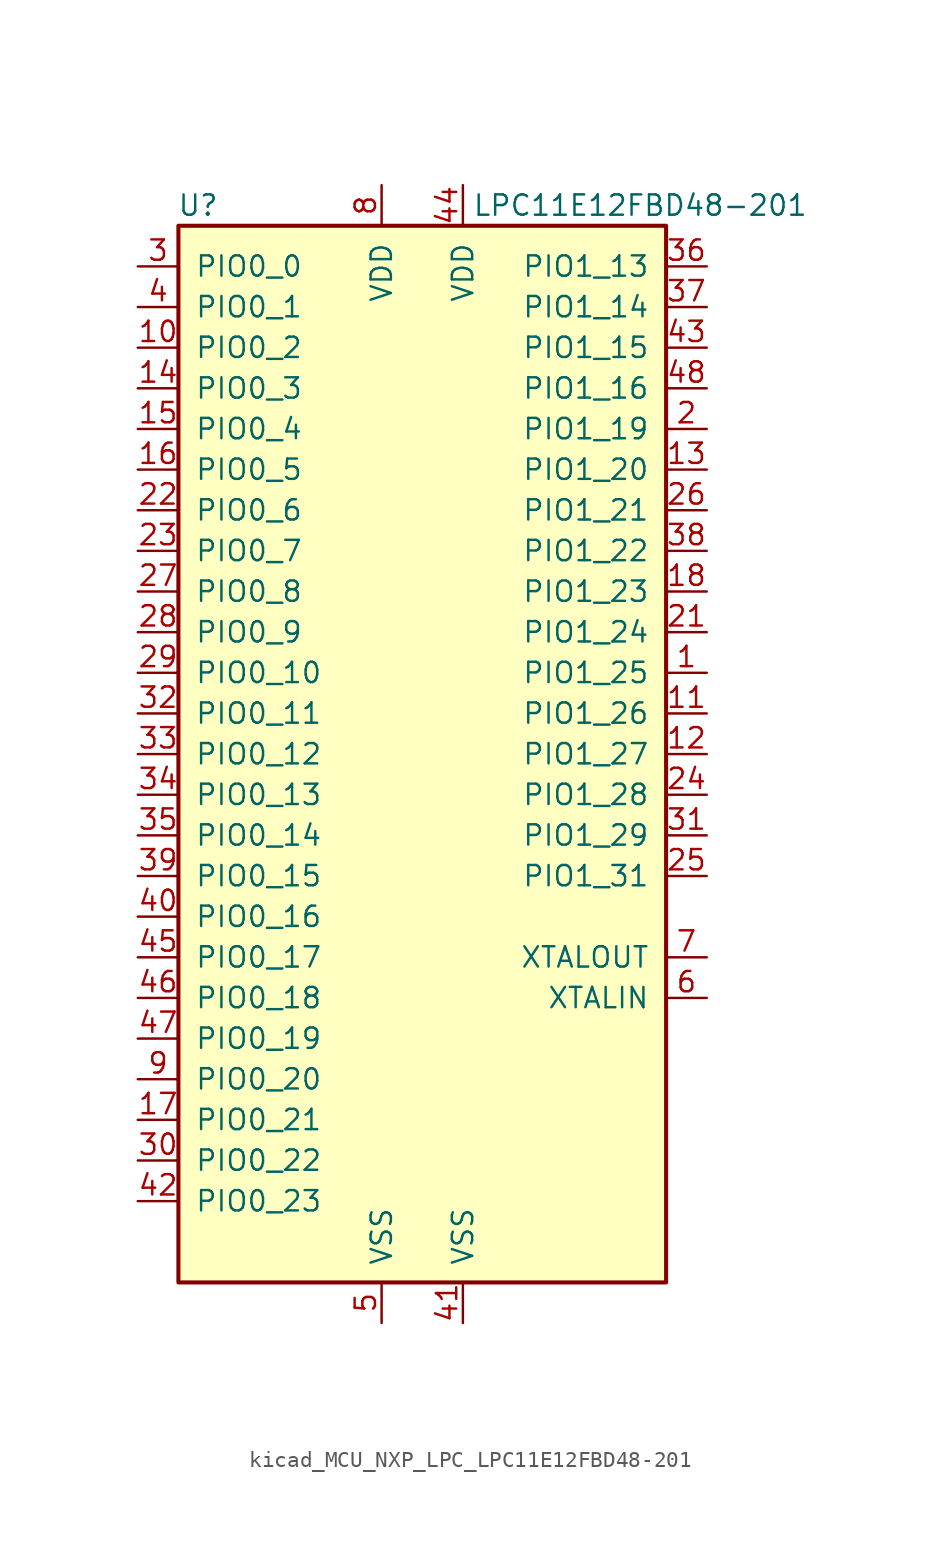
<source format=kicad_sym>
(kicad_symbol_lib
  (version 20220914)
  (generator kicad_symbol_editor)
  (symbol "kicad_MCU_NXP_LPC_LPC11E12FBD48-201"
    (pin_names
      (offset 1.016))
    (property "Reference" "U"
      (at -12.7 34.29 0)
      (effects (font (size 1.27 1.27)) (justify right)))
    (property "Value" "LPC11E12FBD48-201"
      (at 24.13 34.29 0)
      (effects (font (size 1.27 1.27)) (justify right)))
    (symbol "kicad_MCU_NXP_LPC_LPC11E12FBD48-201_0_1"
      (rectangle (start -15.24 33.02) (end 15.24 -33.02) (stroke (width 0.254) (type default)) (fill (type background))))
    (symbol "kicad_MCU_NXP_LPC_LPC11E12FBD48-201_1_1"
      (pin bidirectional line (at 17.78 5.08 180) (length 2.54) (name "PIO1_25" (effects (font (size 1.27 1.27)))) (number "1" (effects (font (size 1.27 1.27)))))
      (pin bidirectional line (at -17.78 25.4 0) (length 2.54) (name "PIO0_2" (effects (font (size 1.27 1.27)))) (number "10" (effects (font (size 1.27 1.27)))))
      (pin bidirectional line (at 17.78 2.54 180) (length 2.54) (name "PIO1_26" (effects (font (size 1.27 1.27)))) (number "11" (effects (font (size 1.27 1.27)))))
      (pin bidirectional line (at 17.78 0 180) (length 2.54) (name "PIO1_27" (effects (font (size 1.27 1.27)))) (number "12" (effects (font (size 1.27 1.27)))))
      (pin bidirectional line (at 17.78 17.78 180) (length 2.54) (name "PIO1_20" (effects (font (size 1.27 1.27)))) (number "13" (effects (font (size 1.27 1.27)))))
      (pin bidirectional line (at -17.78 22.86 0) (length 2.54) (name "PIO0_3" (effects (font (size 1.27 1.27)))) (number "14" (effects (font (size 1.27 1.27)))))
      (pin open_collector line (at -17.78 20.32 0) (length 2.54) (name "PIO0_4" (effects (font (size 1.27 1.27)))) (number "15" (effects (font (size 1.27 1.27)))))
      (pin open_collector line (at -17.78 17.78 0) (length 2.54) (name "PIO0_5" (effects (font (size 1.27 1.27)))) (number "16" (effects (font (size 1.27 1.27)))))
      (pin bidirectional line (at -17.78 -22.86 0) (length 2.54) (name "PIO0_21" (effects (font (size 1.27 1.27)))) (number "17" (effects (font (size 1.27 1.27)))))
      (pin bidirectional line (at 17.78 10.16 180) (length 2.54) (name "PIO1_23" (effects (font (size 1.27 1.27)))) (number "18" (effects (font (size 1.27 1.27)))))
      (pin no_connect line (at 15.24 -22.86 180) (length 2.54) hide (name "NC" (effects (font (size 1.27 1.27)))) (number "19" (effects (font (size 1.27 1.27)))))
      (pin bidirectional line (at 17.78 20.32 180) (length 2.54) (name "PIO1_19" (effects (font (size 1.27 1.27)))) (number "2" (effects (font (size 1.27 1.27)))))
      (pin no_connect line (at 15.24 -20.32 180) (length 2.54) hide (name "NC" (effects (font (size 1.27 1.27)))) (number "20" (effects (font (size 1.27 1.27)))))
      (pin bidirectional line (at 17.78 7.62 180) (length 2.54) (name "PIO1_24" (effects (font (size 1.27 1.27)))) (number "21" (effects (font (size 1.27 1.27)))))
      (pin bidirectional line (at -17.78 15.24 0) (length 2.54) (name "PIO0_6" (effects (font (size 1.27 1.27)))) (number "22" (effects (font (size 1.27 1.27)))))
      (pin bidirectional line (at -17.78 12.7 0) (length 2.54) (name "PIO0_7" (effects (font (size 1.27 1.27)))) (number "23" (effects (font (size 1.27 1.27)))))
      (pin bidirectional line (at 17.78 -2.54 180) (length 2.54) (name "PIO1_28" (effects (font (size 1.27 1.27)))) (number "24" (effects (font (size 1.27 1.27)))))
      (pin bidirectional line (at 17.78 -7.62 180) (length 2.54) (name "PIO1_31" (effects (font (size 1.27 1.27)))) (number "25" (effects (font (size 1.27 1.27)))))
      (pin bidirectional line (at 17.78 15.24 180) (length 2.54) (name "PIO1_21" (effects (font (size 1.27 1.27)))) (number "26" (effects (font (size 1.27 1.27)))))
      (pin bidirectional line (at -17.78 10.16 0) (length 2.54) (name "PIO0_8" (effects (font (size 1.27 1.27)))) (number "27" (effects (font (size 1.27 1.27)))))
      (pin bidirectional line (at -17.78 7.62 0) (length 2.54) (name "PIO0_9" (effects (font (size 1.27 1.27)))) (number "28" (effects (font (size 1.27 1.27)))))
      (pin bidirectional line (at -17.78 5.08 0) (length 2.54) (name "PIO0_10" (effects (font (size 1.27 1.27)))) (number "29" (effects (font (size 1.27 1.27)))))
      (pin bidirectional line (at -17.78 30.48 0) (length 2.54) (name "PIO0_0" (effects (font (size 1.27 1.27)))) (number "3" (effects (font (size 1.27 1.27)))))
      (pin bidirectional line (at -17.78 -25.4 0) (length 2.54) (name "PIO0_22" (effects (font (size 1.27 1.27)))) (number "30" (effects (font (size 1.27 1.27)))))
      (pin bidirectional line (at 17.78 -5.08 180) (length 2.54) (name "PIO1_29" (effects (font (size 1.27 1.27)))) (number "31" (effects (font (size 1.27 1.27)))))
      (pin bidirectional line (at -17.78 2.54 0) (length 2.54) (name "PIO0_11" (effects (font (size 1.27 1.27)))) (number "32" (effects (font (size 1.27 1.27)))))
      (pin bidirectional line (at -17.78 0 0) (length 2.54) (name "PIO0_12" (effects (font (size 1.27 1.27)))) (number "33" (effects (font (size 1.27 1.27)))))
      (pin bidirectional line (at -17.78 -2.54 0) (length 2.54) (name "PIO0_13" (effects (font (size 1.27 1.27)))) (number "34" (effects (font (size 1.27 1.27)))))
      (pin bidirectional line (at -17.78 -5.08 0) (length 2.54) (name "PIO0_14" (effects (font (size 1.27 1.27)))) (number "35" (effects (font (size 1.27 1.27)))))
      (pin bidirectional line (at 17.78 30.48 180) (length 2.54) (name "PIO1_13" (effects (font (size 1.27 1.27)))) (number "36" (effects (font (size 1.27 1.27)))))
      (pin bidirectional line (at 17.78 27.94 180) (length 2.54) (name "PIO1_14" (effects (font (size 1.27 1.27)))) (number "37" (effects (font (size 1.27 1.27)))))
      (pin bidirectional line (at 17.78 12.7 180) (length 2.54) (name "PIO1_22" (effects (font (size 1.27 1.27)))) (number "38" (effects (font (size 1.27 1.27)))))
      (pin bidirectional line (at -17.78 -7.62 0) (length 2.54) (name "PIO0_15" (effects (font (size 1.27 1.27)))) (number "39" (effects (font (size 1.27 1.27)))))
      (pin bidirectional line (at -17.78 27.94 0) (length 2.54) (name "PIO0_1" (effects (font (size 1.27 1.27)))) (number "4" (effects (font (size 1.27 1.27)))))
      (pin bidirectional line (at -17.78 -10.16 0) (length 2.54) (name "PIO0_16" (effects (font (size 1.27 1.27)))) (number "40" (effects (font (size 1.27 1.27)))))
      (pin power_in line (at 2.54 -35.56 90) (length 2.54) (name "VSS" (effects (font (size 1.27 1.27)))) (number "41" (effects (font (size 1.27 1.27)))))
      (pin bidirectional line (at -17.78 -27.94 0) (length 2.54) (name "PIO0_23" (effects (font (size 1.27 1.27)))) (number "42" (effects (font (size 1.27 1.27)))))
      (pin bidirectional line (at 17.78 25.4 180) (length 2.54) (name "PIO1_15" (effects (font (size 1.27 1.27)))) (number "43" (effects (font (size 1.27 1.27)))))
      (pin power_in line (at 2.54 35.56 270) (length 2.54) (name "VDD" (effects (font (size 1.27 1.27)))) (number "44" (effects (font (size 1.27 1.27)))))
      (pin bidirectional line (at -17.78 -12.7 0) (length 2.54) (name "PIO0_17" (effects (font (size 1.27 1.27)))) (number "45" (effects (font (size 1.27 1.27)))))
      (pin bidirectional line (at -17.78 -15.24 0) (length 2.54) (name "PIO0_18" (effects (font (size 1.27 1.27)))) (number "46" (effects (font (size 1.27 1.27)))))
      (pin bidirectional line (at -17.78 -17.78 0) (length 2.54) (name "PIO0_19" (effects (font (size 1.27 1.27)))) (number "47" (effects (font (size 1.27 1.27)))))
      (pin bidirectional line (at 17.78 22.86 180) (length 2.54) (name "PIO1_16" (effects (font (size 1.27 1.27)))) (number "48" (effects (font (size 1.27 1.27)))))
      (pin power_in line (at -2.54 -35.56 90) (length 2.54) (name "VSS" (effects (font (size 1.27 1.27)))) (number "5" (effects (font (size 1.27 1.27)))))
      (pin passive line (at 17.78 -15.24 180) (length 2.54) (name "XTALIN" (effects (font (size 1.27 1.27)))) (number "6" (effects (font (size 1.27 1.27)))))
      (pin passive line (at 17.78 -12.7 180) (length 2.54) (name "XTALOUT" (effects (font (size 1.27 1.27)))) (number "7" (effects (font (size 1.27 1.27)))))
      (pin power_in line (at -2.54 35.56 270) (length 2.54) (name "VDD" (effects (font (size 1.27 1.27)))) (number "8" (effects (font (size 1.27 1.27)))))
      (pin bidirectional line (at -17.78 -20.32 0) (length 2.54) (name "PIO0_20" (effects (font (size 1.27 1.27)))) (number "9" (effects (font (size 1.27 1.27))))))))
</source>
